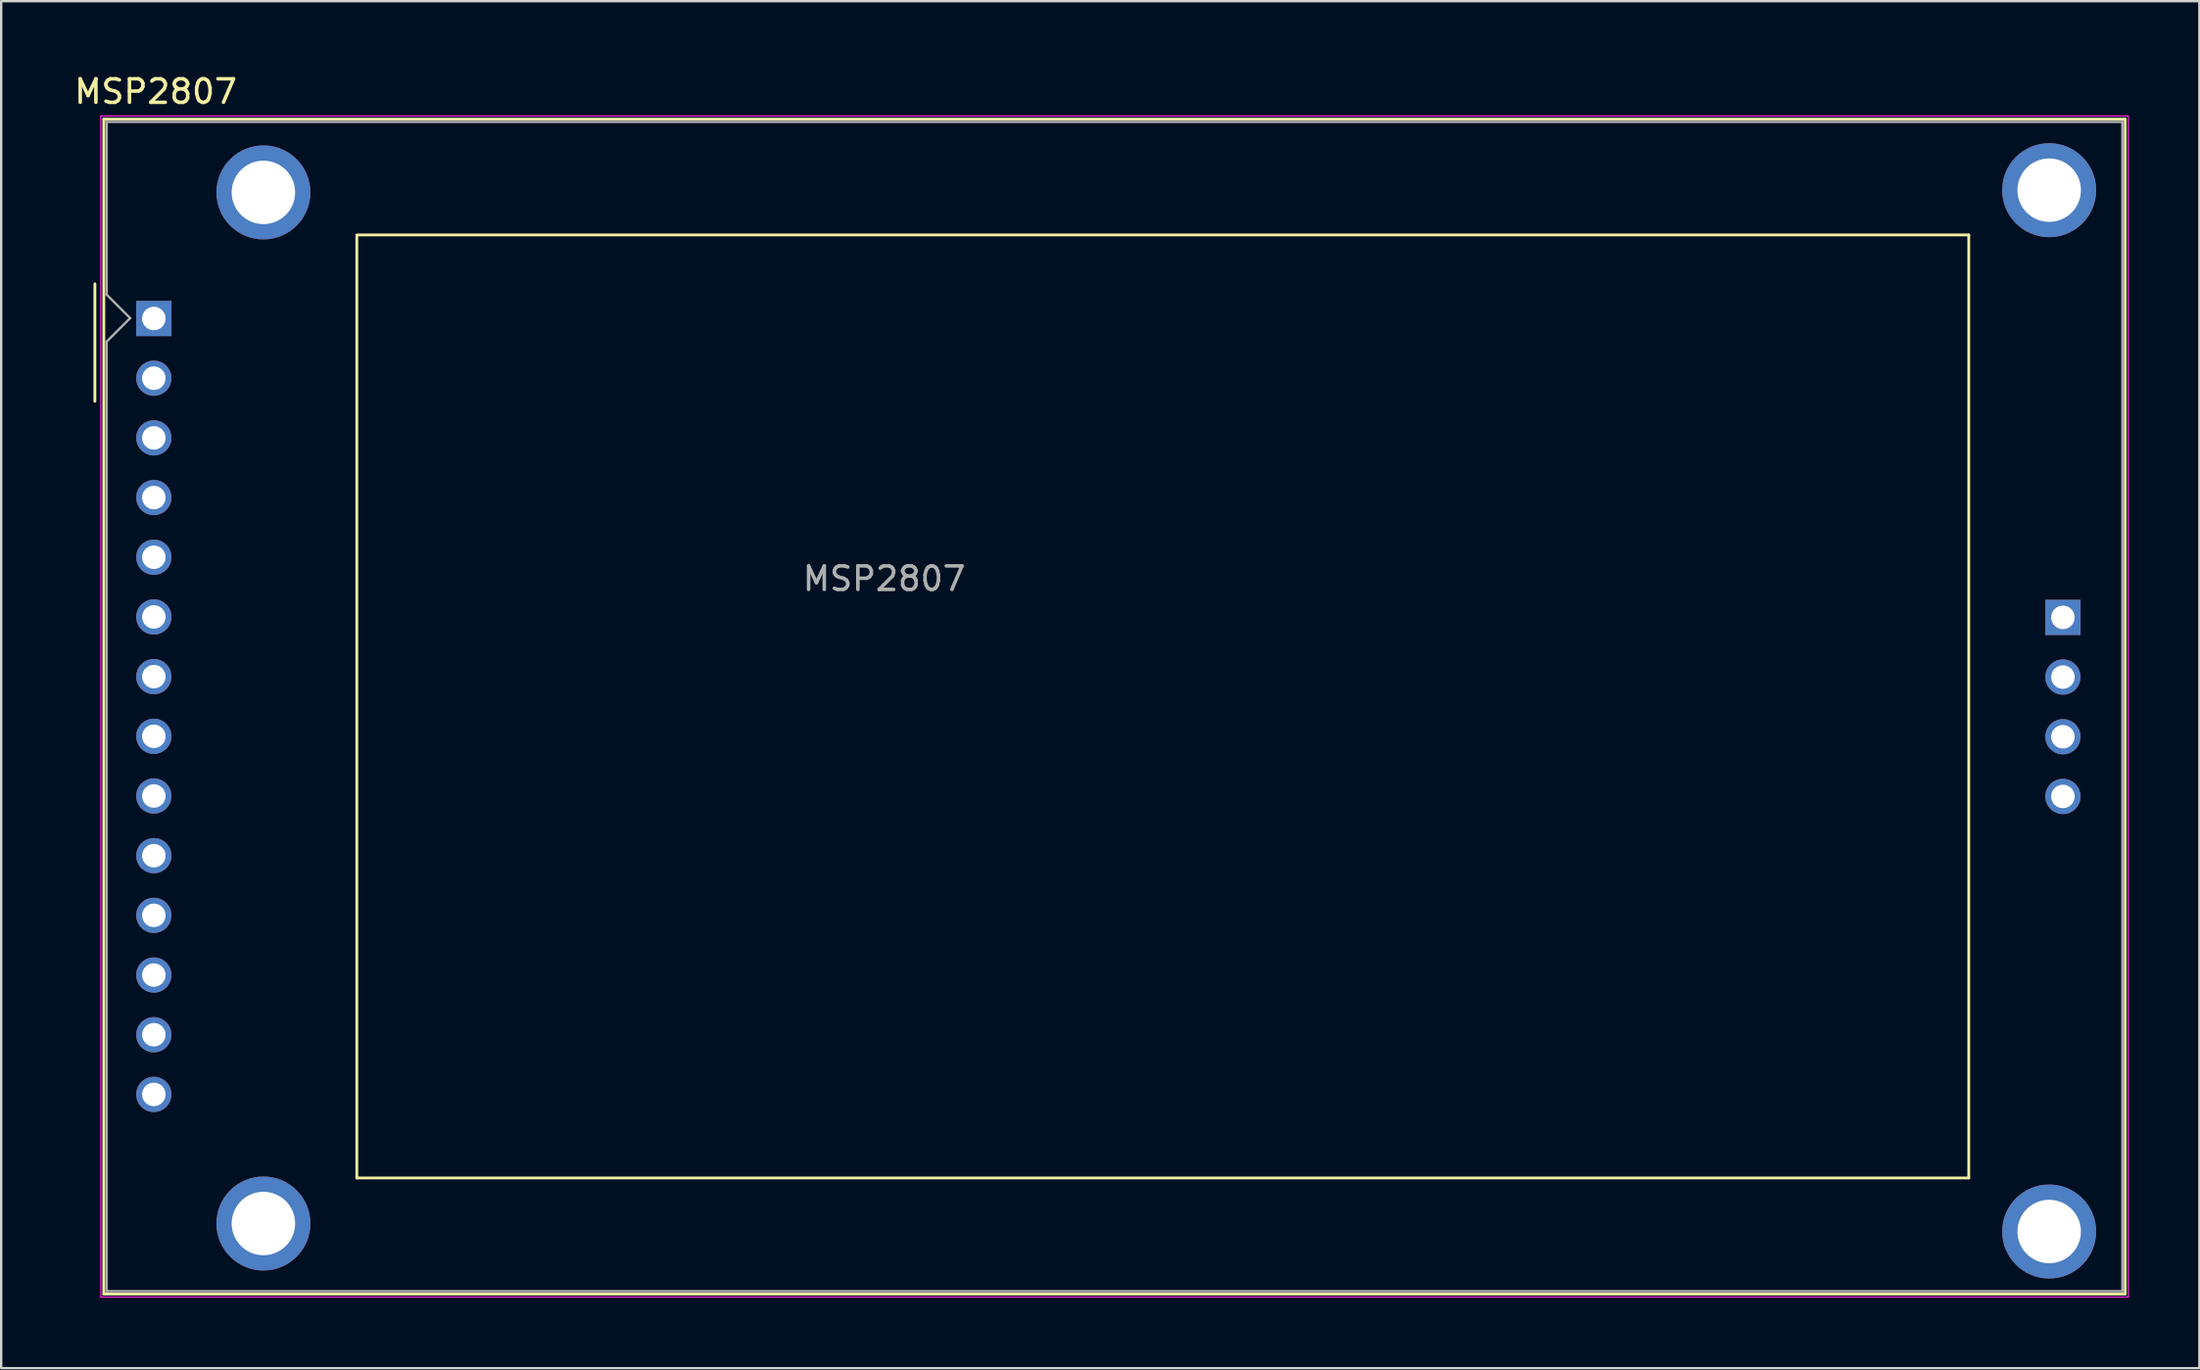
<source format=kicad_pcb>
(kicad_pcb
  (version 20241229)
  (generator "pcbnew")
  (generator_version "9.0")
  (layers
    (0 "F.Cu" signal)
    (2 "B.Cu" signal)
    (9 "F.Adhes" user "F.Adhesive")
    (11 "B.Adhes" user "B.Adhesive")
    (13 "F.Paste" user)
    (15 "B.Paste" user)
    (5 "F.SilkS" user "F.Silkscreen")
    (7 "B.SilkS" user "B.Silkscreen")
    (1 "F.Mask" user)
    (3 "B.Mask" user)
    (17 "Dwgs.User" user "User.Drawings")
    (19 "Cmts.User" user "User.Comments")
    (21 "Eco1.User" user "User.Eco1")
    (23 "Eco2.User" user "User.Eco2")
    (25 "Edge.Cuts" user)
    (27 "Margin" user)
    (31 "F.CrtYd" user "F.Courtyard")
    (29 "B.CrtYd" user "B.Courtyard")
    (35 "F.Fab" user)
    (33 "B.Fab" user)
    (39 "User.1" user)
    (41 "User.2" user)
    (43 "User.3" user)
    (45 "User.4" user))
  (footprint "MSP2807"
    (layer "F.Cu")
    (at 2.987 12.028)
    (property "Reference" "MSP2807" (at 0.59 -11.18 0) (layer "F.SilkS") (effects (font (size 1 1) (thickness 0.15))))
    (attr through_hole)
    (fp_line (start -2 -3) (end -2 2) (stroke (width 0.12) (type solid)) (layer "F.SilkS"))
    (fp_line (start -1.62 -10.01) (end 84.38 -10.01) (stroke (width 0.12) (type solid)) (layer "F.SilkS"))
    (fp_line (start -1.62 39.99) (end -1.62 -10.01) (stroke (width 0.12) (type solid)) (layer "F.SilkS"))
    (fp_line (start 9.144 -5.08) (end 77.724 -5.08) (stroke (width 0.12) (type solid)) (layer "F.SilkS"))
    (fp_line (start 9.144 35.052) (end 9.144 -5.012) (stroke (width 0.12) (type solid)) (layer "F.SilkS"))
    (fp_line (start 77.724 -5.08) (end 77.724 35.052) (stroke (width 0.12) (type solid)) (layer "F.SilkS"))
    (fp_line (start 77.724 35.052) (end 9.144 35.052) (stroke (width 0.12) (type solid)) (layer "F.SilkS"))
    (fp_line (start 84.38 -10.01) (end 84.38 39.99) (stroke (width 0.12) (type solid)) (layer "F.SilkS"))
    (fp_line (start 84.38 39.99) (end -1.62 39.99) (stroke (width 0.12) (type solid)) (layer "F.SilkS"))
    (fp_line (start -1.75 -10.14) (end 84.51 -10.14) (stroke (width 0.05) (type solid)) (layer "F.CrtYd"))
    (fp_line (start -1.75 40.12) (end -1.75 -10.14) (stroke (width 0.05) (type solid)) (layer "F.CrtYd"))
    (fp_line (start 84.51 -10.14) (end 84.51 40.12) (stroke (width 0.05) (type solid)) (layer "F.CrtYd"))
    (fp_line (start 84.51 40.12) (end -1.75 40.12) (stroke (width 0.05) (type solid)) (layer "F.CrtYd"))
    (fp_line (start -1.5 -9.89) (end 84.26 -9.89) (stroke (width 0.1) (type solid)) (layer "F.Fab"))
    (fp_line (start -1.5 -2.54) (end -1.5 -9.89) (stroke (width 0.1) (type solid)) (layer "F.Fab"))
    (fp_line (start -1.5 -0.54) (end -0.5 -1.54) (stroke (width 0.1) (type solid)) (layer "F.Fab"))
    (fp_line (start -1.5 39.87) (end -1.5 -0.54) (stroke (width 0.1) (type solid)) (layer "F.Fab"))
    (fp_line (start -0.5 -1.54) (end -1.5 -2.54) (stroke (width 0.1) (type solid)) (layer "F.Fab"))
    (fp_line (start 84.26 -9.89) (end 84.26 39.87) (stroke (width 0.1) (type solid)) (layer "F.Fab"))
    (fp_line (start 84.26 39.87) (end -1.5 39.87) (stroke (width 0.1) (type solid)) (layer "F.Fab"))
    (fp_text user "${REFERENCE}" (at 31.58 9.55 0) (layer "F.Fab") (effects (font (size 1 1) (thickness 0.15))))
    (pad "" thru_hole circle (at 5.17 -6.89) (size 4 4) (drill 2.7) (layers "*.Cu" "*.Mask"))
    (pad "" thru_hole circle (at 5.17 36.99) (size 4 4) (drill 2.7) (layers "*.Cu" "*.Mask"))
    (pad "" thru_hole circle (at 81.145 -6.985) (size 4 4) (drill 2.7) (layers "*.Cu" "*.Mask"))
    (pad "" thru_hole circle (at 81.145 37.33) (size 4 4) (drill 2.7) (layers "*.Cu" "*.Mask"))
    (pad "1" thru_hole rect (at 0.508 -1.524) (size 1.5 1.5) (drill 1) (layers "*.Cu" "*.Mask"))
    (pad "2" thru_hole circle (at 0.508 1.016) (size 1.5 1.5) (drill 1) (layers "*.Cu" "*.Mask"))
    (pad "3" thru_hole circle (at 0.508 3.556) (size 1.5 1.5) (drill 1) (layers "*.Cu" "*.Mask"))
    (pad "4" thru_hole circle (at 0.508 6.096) (size 1.5 1.5) (drill 1) (layers "*.Cu" "*.Mask"))
    (pad "5" thru_hole circle (at 0.508 8.636) (size 1.5 1.5) (drill 1) (layers "*.Cu" "*.Mask"))
    (pad "6" thru_hole circle (at 0.508 11.176) (size 1.5 1.5) (drill 1) (layers "*.Cu" "*.Mask"))
    (pad "7" thru_hole circle (at 0.508 13.716) (size 1.5 1.5) (drill 1) (layers "*.Cu" "*.Mask"))
    (pad "8" thru_hole circle (at 0.508 16.256) (size 1.5 1.5) (drill 1) (layers "*.Cu" "*.Mask"))
    (pad "9" thru_hole circle (at 0.508 18.796) (size 1.5 1.5) (drill 1) (layers "*.Cu" "*.Mask"))
    (pad "10" thru_hole circle (at 0.508 21.336) (size 1.5 1.5) (drill 1) (layers "*.Cu" "*.Mask"))
    (pad "11" thru_hole circle (at 0.508 23.876) (size 1.5 1.5) (drill 1) (layers "*.Cu" "*.Mask"))
    (pad "12" thru_hole circle (at 0.508 26.416) (size 1.5 1.5) (drill 1) (layers "*.Cu" "*.Mask"))
    (pad "13" thru_hole circle (at 0.508 28.956) (size 1.5 1.5) (drill 1) (layers "*.Cu" "*.Mask"))
    (pad "14" thru_hole circle (at 0.508 31.496) (size 1.5 1.5) (drill 1) (layers "*.Cu" "*.Mask"))
    (pad "15" thru_hole rect (at 81.73 11.195) (size 1.5 1.5) (drill 1) (layers "*.Cu" "*.Mask"))
    (pad "16" thru_hole circle (at 81.73 13.735) (size 1.5 1.5) (drill 1) (layers "*.Cu" "*.Mask"))
    (pad "17" thru_hole circle (at 81.73 16.275) (size 1.5 1.5) (drill 1) (layers "*.Cu" "*.Mask"))
    (pad "18" thru_hole circle (at 81.73 18.815) (size 1.5 1.5) (drill 1) (layers "*.Cu" "*.Mask")))
  (gr_rect
    (start -3 -3)
    (end 90.522 55.173)
    (stroke (width 0.1) (type default))
    (fill no)
    (layer "Edge.Cuts")))
</source>
